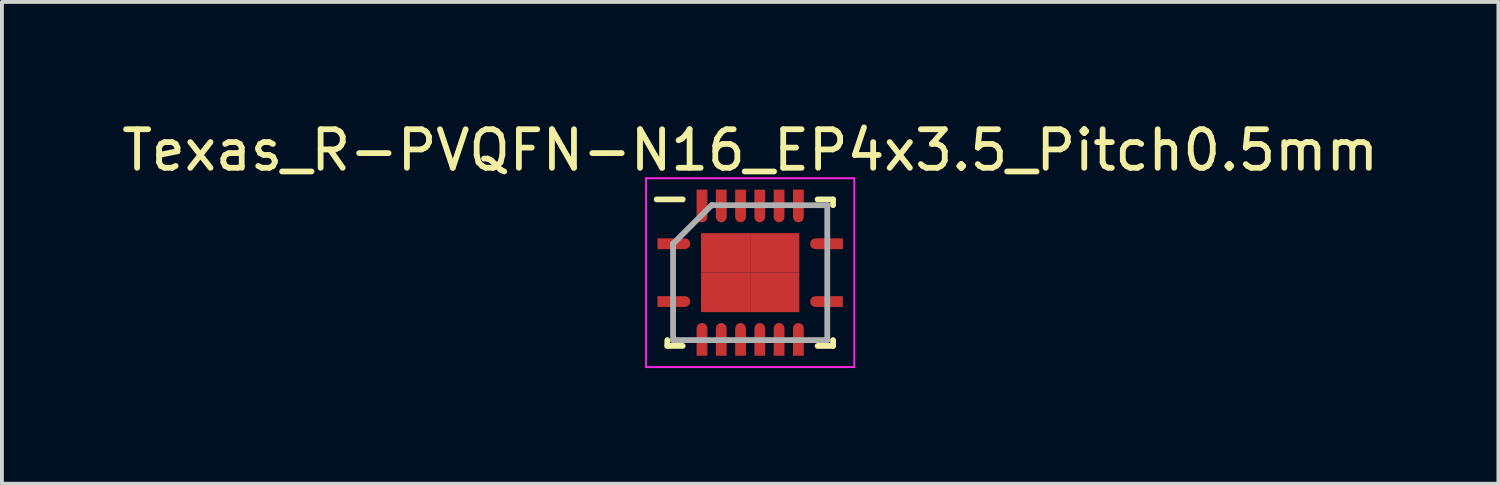
<source format=kicad_pcb>
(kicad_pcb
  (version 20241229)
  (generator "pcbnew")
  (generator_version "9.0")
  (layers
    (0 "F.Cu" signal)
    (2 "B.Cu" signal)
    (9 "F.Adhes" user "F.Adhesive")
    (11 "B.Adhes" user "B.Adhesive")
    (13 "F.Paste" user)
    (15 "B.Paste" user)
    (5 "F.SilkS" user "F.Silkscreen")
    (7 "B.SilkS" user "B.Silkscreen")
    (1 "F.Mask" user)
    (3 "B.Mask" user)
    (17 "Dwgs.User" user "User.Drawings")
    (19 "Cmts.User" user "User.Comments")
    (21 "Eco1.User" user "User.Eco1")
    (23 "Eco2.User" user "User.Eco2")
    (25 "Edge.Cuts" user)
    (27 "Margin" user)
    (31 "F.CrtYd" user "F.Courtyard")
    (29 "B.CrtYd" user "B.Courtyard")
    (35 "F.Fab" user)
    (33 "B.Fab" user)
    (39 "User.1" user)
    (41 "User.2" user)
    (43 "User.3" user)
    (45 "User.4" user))
  (footprint "Texas_R-PVQFN-N16_EP4x3.5_Pitch0.5mm"
    (layer "F.Cu")
    (at 16.411 4.023)
    (property "Reference" "Texas_R-PVQFN-N16_EP4x3.5_Pitch0.5mm" (at 0 -3.175 0) (layer "F.SilkS") (effects (font (size 1 1) (thickness 0.15))))
    (attr smd)
    (fp_line (start -2.15 1.9) (end -2.15 1.75) (stroke (width 0.15) (type solid)) (layer "F.SilkS"))
    (fp_line (start -1.75 -1.9) (end -2.425 -1.9) (stroke (width 0.15) (type solid)) (layer "F.SilkS"))
    (fp_line (start -1.75 1.9) (end -2.15 1.9) (stroke (width 0.15) (type solid)) (layer "F.SilkS"))
    (fp_line (start 1.75 -1.9) (end 2.15 -1.9) (stroke (width 0.15) (type solid)) (layer "F.SilkS"))
    (fp_line (start 1.75 1.9) (end 2.15 1.9) (stroke (width 0.15) (type solid)) (layer "F.SilkS"))
    (fp_line (start 2.15 -1.9) (end 2.15 -1.75) (stroke (width 0.15) (type solid)) (layer "F.SilkS"))
    (fp_line (start 2.15 1.9) (end 2.15 1.75) (stroke (width 0.15) (type solid)) (layer "F.SilkS"))
    (fp_line (start -2.7 -2.45) (end 2.7 -2.45) (stroke (width 0.05) (type solid)) (layer "F.CrtYd"))
    (fp_line (start -2.7 2.45) (end -2.7 -2.45) (stroke (width 0.05) (type solid)) (layer "F.CrtYd"))
    (fp_line (start 2.7 -2.45) (end 2.7 2.45) (stroke (width 0.05) (type solid)) (layer "F.CrtYd"))
    (fp_line (start 2.7 2.45) (end -2.7 2.45) (stroke (width 0.05) (type solid)) (layer "F.CrtYd"))
    (fp_line (start -2 -0.75) (end -2 1.75) (stroke (width 0.15) (type solid)) (layer "F.Fab"))
    (fp_line (start -2 1.75) (end 2 1.75) (stroke (width 0.15) (type solid)) (layer "F.Fab"))
    (fp_line (start -1 -1.75) (end -2 -0.75) (stroke (width 0.15) (type solid)) (layer "F.Fab"))
    (fp_line (start 2 -1.75) (end -1 -1.75) (stroke (width 0.15) (type solid)) (layer "F.Fab"))
    (fp_line (start 2 1.75) (end 2 -1.75) (stroke (width 0.15) (type solid)) (layer "F.Fab"))
    (pad "1" smd custom (at -2.05 0.75 90) (size 0.28 0.71) (layers "F.Cu" "F.Mask" "F.Paste") (options (anchor rect)) (primitives (gr_circle (center 0 0.355) (end 0.14 0.355) (width 0) (fill yes))))
    (pad "2" smd custom (at -1.25 1.8 180) (size 0.28 0.71) (layers "F.Cu" "F.Mask" "F.Paste") (options (anchor rect)) (primitives (gr_circle (center 0 0.355) (end 0.14 0.355) (width 0) (fill yes))))
    (pad "3" smd custom (at -0.75 1.8 180) (size 0.28 0.71) (layers "F.Cu" "F.Mask" "F.Paste") (options (anchor rect)) (primitives (gr_circle (center 0 0.355) (end 0.14 0.355) (width 0) (fill yes))))
    (pad "4" smd custom (at -0.25 1.8 180) (size 0.28 0.71) (layers "F.Cu" "F.Mask" "F.Paste") (options (anchor rect)) (primitives (gr_circle (center 0 0.355) (end 0.14 0.355) (width 0) (fill yes))))
    (pad "5" smd custom (at 0.25 1.8 180) (size 0.28 0.71) (layers "F.Cu" "F.Mask" "F.Paste") (options (anchor rect)) (primitives (gr_circle (center 0 0.355) (end 0.14 0.355) (width 0) (fill yes))))
    (pad "6" smd custom (at 0.75 1.8 180) (size 0.28 0.71) (layers "F.Cu" "F.Mask" "F.Paste") (options (anchor rect)) (primitives (gr_circle (center 0 0.355) (end 0.14 0.355) (width 0) (fill yes))))
    (pad "7" smd custom (at 1.25 1.8 180) (size 0.28 0.71) (layers "F.Cu" "F.Mask" "F.Paste") (options (anchor rect)) (primitives (gr_circle (center 0 0.355) (end 0.14 0.355) (width 0) (fill yes))))
    (pad "8" smd custom (at 2.05 0.75 270) (size 0.28 0.71) (layers "F.Cu" "F.Mask" "F.Paste") (options (anchor rect)) (primitives (gr_circle (center 0 0.355) (end 0.14 0.355) (width 0) (fill yes))))
    (pad "9" smd custom (at 2.05 -0.75 270) (size 0.28 0.71) (layers "F.Cu" "F.Mask" "F.Paste") (options (anchor rect)) (primitives (gr_circle (center 0 0.355) (end 0.14 0.355) (width 0) (fill yes))))
    (pad "10" smd custom (at 1.25 -1.8) (size 0.28 0.71) (layers "F.Cu" "F.Mask" "F.Paste") (options (anchor rect)) (primitives (gr_circle (center 0 0.355) (end 0.14 0.355) (width 0) (fill yes))))
    (pad "11" smd custom (at 0.75 -1.8) (size 0.28 0.71) (layers "F.Cu" "F.Mask" "F.Paste") (options (anchor rect)) (primitives (gr_circle (center 0 0.355) (end 0.14 0.355) (width 0) (fill yes))))
    (pad "12" smd custom (at 0.25 -1.8) (size 0.28 0.71) (layers "F.Cu" "F.Mask" "F.Paste") (options (anchor rect)) (primitives (gr_circle (center 0 0.355) (end 0.14 0.355) (width 0) (fill yes))))
    (pad "13" smd custom (at -0.25 -1.8) (size 0.28 0.71) (layers "F.Cu" "F.Mask" "F.Paste") (options (anchor rect)) (primitives (gr_circle (center 0 0.355) (end 0.14 0.355) (width 0) (fill yes))))
    (pad "14" smd custom (at -0.75 -1.8) (size 0.28 0.71) (layers "F.Cu" "F.Mask" "F.Paste") (options (anchor rect)) (primitives (gr_circle (center 0 0.355) (end 0.14 0.355) (width 0) (fill yes))))
    (pad "15" smd custom (at -1.25 -1.8) (size 0.28 0.71) (layers "F.Cu" "F.Mask" "F.Paste") (options (anchor rect)) (primitives (gr_circle (center 0 0.355) (end 0.14 0.355) (width 0) (fill yes))))
    (pad "16" smd custom (at -2.05 -0.75 90) (size 0.28 0.71) (layers "F.Cu" "F.Mask" "F.Paste") (options (anchor rect)) (primitives (gr_circle (center 0 0.355) (end 0.14 0.355) (width 0) (fill yes))))
    (pad "17" smd rect (at -0.637 -0.512) (size 1.275 1.025) (layers "F.Cu" "F.Mask" "F.Paste"))
    (pad "17" smd rect (at -0.637 0.512) (size 1.275 1.025) (layers "F.Cu" "F.Mask" "F.Paste"))
    (pad "17" smd rect (at 0.637 -0.512) (size 1.275 1.025) (layers "F.Cu" "F.Mask" "F.Paste"))
    (pad "17" smd rect (at 0.637 0.512) (size 1.275 1.025) (layers "F.Cu" "F.Mask" "F.Paste")))
  (gr_rect
    (start -3 -3)
    (end 35.821 9.498)
    (stroke (width 0.1) (type default))
    (fill no)
    (layer "Edge.Cuts")))
</source>
